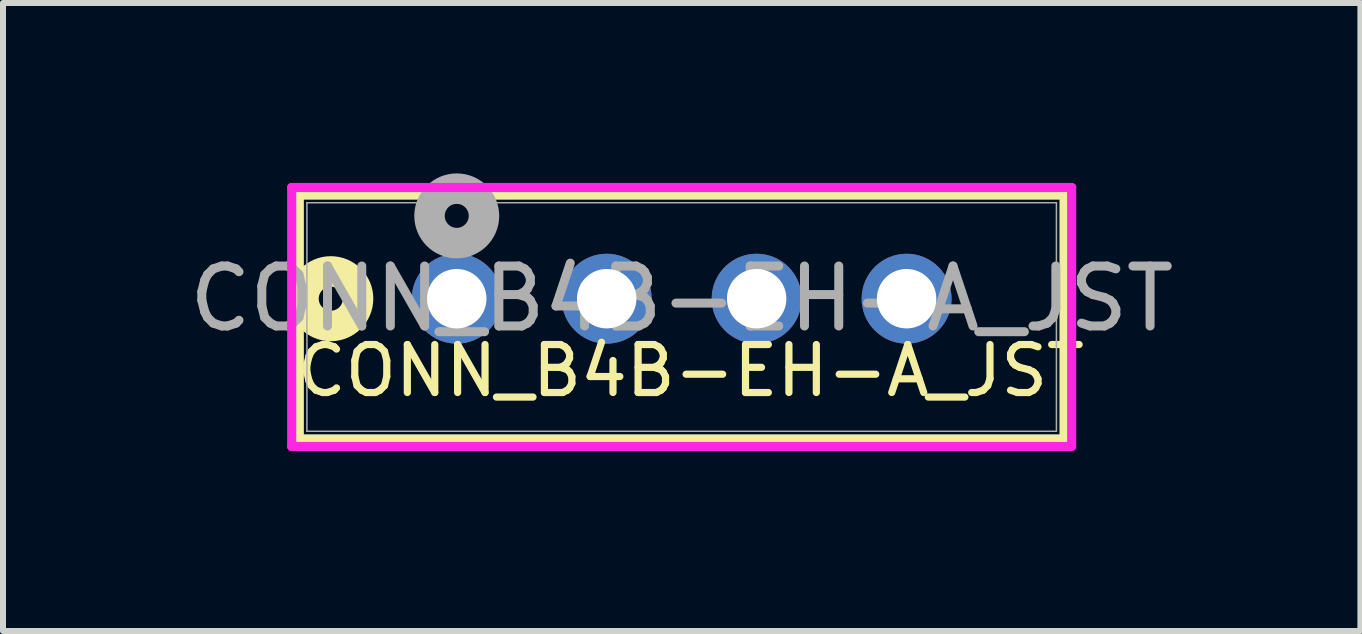
<source format=kicad_pcb>
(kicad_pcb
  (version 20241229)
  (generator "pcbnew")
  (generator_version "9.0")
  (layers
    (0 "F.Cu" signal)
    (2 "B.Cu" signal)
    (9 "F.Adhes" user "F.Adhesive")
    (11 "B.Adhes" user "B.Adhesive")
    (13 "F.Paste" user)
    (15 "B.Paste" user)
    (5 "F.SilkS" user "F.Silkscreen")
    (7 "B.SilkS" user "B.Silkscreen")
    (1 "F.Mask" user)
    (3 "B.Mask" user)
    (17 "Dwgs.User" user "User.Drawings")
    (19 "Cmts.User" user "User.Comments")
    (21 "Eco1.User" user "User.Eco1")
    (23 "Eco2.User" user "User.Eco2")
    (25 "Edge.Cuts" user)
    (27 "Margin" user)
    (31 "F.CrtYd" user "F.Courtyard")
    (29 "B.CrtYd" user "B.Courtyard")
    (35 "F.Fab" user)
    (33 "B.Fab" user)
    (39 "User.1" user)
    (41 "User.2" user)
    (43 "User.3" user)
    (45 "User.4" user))
  (footprint "CONN_B4B-EH-A_JST"
    (layer "F.Cu")
    (at 4.565 1.93)
    (property "Reference" "CONN_B4B-EH-A_JST" (at 3.9 1.2 0) (unlocked yes) (layer "F.SilkS") (effects (font (size 0.8 0.8) (thickness 0.12))))
    (attr through_hole)
    (fp_line (start -2.625 -1.727) (end -2.625 2.337) (stroke (width 0.152) (type solid)) (layer "F.SilkS"))
    (fp_line (start -2.625 2.337) (end 10.125 2.337) (stroke (width 0.152) (type solid)) (layer "F.SilkS"))
    (fp_line (start 10.125 -1.727) (end -2.625 -1.727) (stroke (width 0.152) (type solid)) (layer "F.SilkS"))
    (fp_line (start 10.125 2.337) (end 10.125 -1.727) (stroke (width 0.152) (type solid)) (layer "F.SilkS"))
    (fp_circle (center -2.1 0) (end -1.9 0.019) (stroke (width 0.508) (type solid)) (fill no) (layer "F.SilkS"))
    (fp_line (start -2.752 -1.854) (end -2.752 2.464) (stroke (width 0.152) (type solid)) (layer "F.CrtYd"))
    (fp_line (start -2.752 2.464) (end 10.252 2.464) (stroke (width 0.152) (type solid)) (layer "F.CrtYd"))
    (fp_line (start 10.252 -1.854) (end -2.752 -1.854) (stroke (width 0.152) (type solid)) (layer "F.CrtYd"))
    (fp_line (start 10.252 2.464) (end 10.252 -1.854) (stroke (width 0.152) (type solid)) (layer "F.CrtYd"))
    (fp_line (start -2.498 -1.6) (end -2.498 2.21) (stroke (width 0.025) (type solid)) (layer "F.Fab"))
    (fp_line (start -2.498 2.21) (end 9.998 2.21) (stroke (width 0.025) (type solid)) (layer "F.Fab"))
    (fp_line (start 9.998 -1.6) (end -2.498 -1.6) (stroke (width 0.025) (type solid)) (layer "F.Fab"))
    (fp_line (start 9.998 2.21) (end 9.998 -1.6) (stroke (width 0.025) (type solid)) (layer "F.Fab"))
    (fp_circle (center 0 -1.381) (end 0.2 -1.381) (stroke (width 0.508) (type solid)) (fill no) (layer "F.Fab"))
    (fp_text user "${REFERENCE}" (at 3.75 0 0) (unlocked yes) (layer "F.Fab") (effects (font (size 1 1) (thickness 0.15))))
    (pad "1" thru_hole circle (at 0 0) (size 1.499 1.499) (drill 0.991) (layers "*.Cu" "*.Mask"))
    (pad "2" thru_hole circle (at 2.5 0) (size 1.499 1.499) (drill 0.991) (layers "*.Cu" "*.Mask"))
    (pad "3" thru_hole circle (at 5 0) (size 1.499 1.499) (drill 0.991) (layers "*.Cu" "*.Mask"))
    (pad "4" thru_hole circle (at 7.5 0) (size 1.499 1.499) (drill 0.991) (layers "*.Cu" "*.Mask")))
  (gr_rect
    (start -3 -3)
    (end 19.631 7.47)
    (stroke (width 0.1) (type default))
    (fill no)
    (layer "Edge.Cuts")))
</source>
